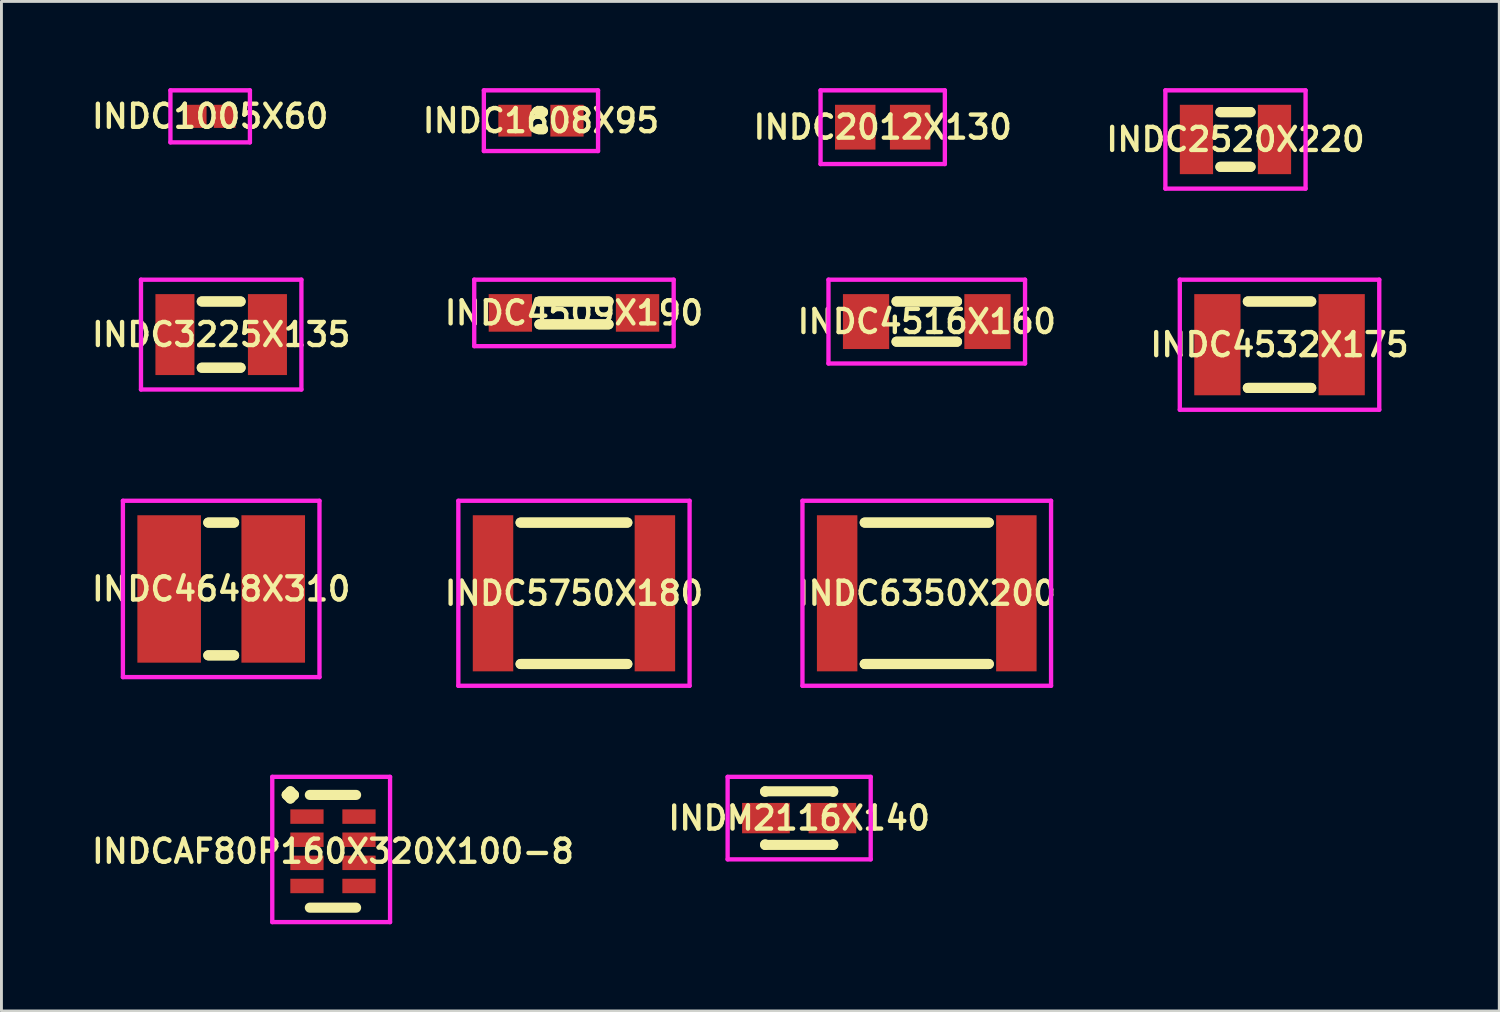
<source format=kicad_pcb>
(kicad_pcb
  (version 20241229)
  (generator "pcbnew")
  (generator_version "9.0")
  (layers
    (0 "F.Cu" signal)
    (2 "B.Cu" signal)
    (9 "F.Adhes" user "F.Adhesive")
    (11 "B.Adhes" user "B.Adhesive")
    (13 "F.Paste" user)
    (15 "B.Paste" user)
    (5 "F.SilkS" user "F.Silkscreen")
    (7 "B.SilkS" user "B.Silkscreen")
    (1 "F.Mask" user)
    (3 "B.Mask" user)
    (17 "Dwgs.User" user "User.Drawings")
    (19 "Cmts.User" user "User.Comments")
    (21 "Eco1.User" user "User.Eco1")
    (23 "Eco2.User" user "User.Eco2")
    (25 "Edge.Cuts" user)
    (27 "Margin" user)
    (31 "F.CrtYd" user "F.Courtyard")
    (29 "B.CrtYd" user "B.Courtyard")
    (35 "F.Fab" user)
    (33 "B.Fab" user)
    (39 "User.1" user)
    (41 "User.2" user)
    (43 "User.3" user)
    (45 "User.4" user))
  (footprint "INDC3225X135"
    (layer "F.Cu")
    (at 4.602 8.525)
    (property "Reference" "INDC3225X135" (at 0 0 0) (layer "F.SilkS") (effects (font (size 0.8 0.8) (thickness 0.15))))
    (attr smd)
    (fp_line (start -0.671 -1.146) (end 0.671 -1.146) (stroke (width 0.35) (type solid)) (layer "F.SilkS"))
    (fp_line (start -0.671 1.146) (end 0.671 1.146) (stroke (width 0.35) (type solid)) (layer "F.SilkS"))
    (fp_line (start 0.671 -1.146) (end -0.671 -1.146) (stroke (width 0.35) (type solid)) (layer "F.SilkS"))
    (fp_line (start 0.671 1.146) (end -0.671 1.146) (stroke (width 0.35) (type solid)) (layer "F.SilkS"))
    (fp_line (start -2.775 -1.9) (end 2.775 -1.9) (stroke (width 0.15) (type solid)) (layer "F.CrtYd"))
    (fp_line (start -2.775 1.9) (end -2.775 -1.9) (stroke (width 0.15) (type solid)) (layer "F.CrtYd"))
    (fp_line (start 2.775 -1.9) (end 2.775 1.9) (stroke (width 0.15) (type solid)) (layer "F.CrtYd"))
    (fp_line (start 2.775 1.9) (end -2.775 1.9) (stroke (width 0.15) (type solid)) (layer "F.CrtYd"))
    (pad "1" smd rect (at -1.6 0) (size 1.35 2.8) (layers "F.Cu" "F.Mask" "F.Paste"))
    (pad "2" smd rect (at 1.6 0) (size 1.35 2.8) (layers "F.Cu" "F.Mask" "F.Paste")))
  (footprint "INDC1005X60"
    (layer "F.Cu")
    (at 4.221 0.975)
    (property "Reference" "INDC1005X60" (at 0 0 0) (layer "F.SilkS") (effects (font (size 0.8 0.8) (thickness 0.15))))
    (attr smd)
    (fp_line (start -1.375 -0.9) (end 1.375 -0.9) (stroke (width 0.15) (type solid)) (layer "F.CrtYd"))
    (fp_line (start -1.375 0.9) (end -1.375 -0.9) (stroke (width 0.15) (type solid)) (layer "F.CrtYd"))
    (fp_line (start 1.375 -0.9) (end 1.375 0.9) (stroke (width 0.15) (type solid)) (layer "F.CrtYd"))
    (fp_line (start 1.375 0.9) (end -1.375 0.9) (stroke (width 0.15) (type solid)) (layer "F.CrtYd"))
    (pad "1" smd rect (at -0.5 0) (size 0.75 0.8) (layers "F.Cu" "F.Mask" "F.Paste"))
    (pad "2" smd rect (at 0.5 0) (size 0.75 0.8) (layers "F.Cu" "F.Mask" "F.Paste")))
  (footprint "INDC2012X130"
    (layer "F.Cu")
    (at 27.487 1.35)
    (property "Reference" "INDC2012X130" (at 0 0 0) (layer "F.SilkS") (effects (font (size 0.8 0.8) (thickness 0.15))))
    (attr smd)
    (fp_line (start -2.15 -1.275) (end 2.15 -1.275) (stroke (width 0.15) (type solid)) (layer "F.CrtYd"))
    (fp_line (start -2.15 1.275) (end -2.15 -1.275) (stroke (width 0.15) (type solid)) (layer "F.CrtYd"))
    (fp_line (start 2.15 -1.275) (end 2.15 1.275) (stroke (width 0.15) (type solid)) (layer "F.CrtYd"))
    (fp_line (start 2.15 1.275) (end -2.15 1.275) (stroke (width 0.15) (type solid)) (layer "F.CrtYd"))
    (pad "1" smd rect (at -0.95 0) (size 1.4 1.55) (layers "F.Cu" "F.Mask" "F.Paste"))
    (pad "2" smd rect (at 0.95 0) (size 1.4 1.55) (layers "F.Cu" "F.Mask" "F.Paste")))
  (footprint "INDC4648X310"
    (layer "F.Cu")
    (at 4.602 17.325)
    (property "Reference" "INDC4648X310" (at 0 0 0) (layer "F.SilkS") (effects (font (size 0.8 0.8) (thickness 0.15))))
    (attr smd)
    (fp_line (start -0.446 -2.296) (end 0.446 -2.296) (stroke (width 0.35) (type solid)) (layer "F.SilkS"))
    (fp_line (start -0.446 2.296) (end 0.446 2.296) (stroke (width 0.35) (type solid)) (layer "F.SilkS"))
    (fp_line (start 0.446 -2.296) (end -0.446 -2.296) (stroke (width 0.35) (type solid)) (layer "F.SilkS"))
    (fp_line (start 0.446 2.296) (end -0.446 2.296) (stroke (width 0.35) (type solid)) (layer "F.SilkS"))
    (fp_line (start -3.4 -3.05) (end 3.4 -3.05) (stroke (width 0.15) (type solid)) (layer "F.CrtYd"))
    (fp_line (start -3.4 3.05) (end -3.4 -3.05) (stroke (width 0.15) (type solid)) (layer "F.CrtYd"))
    (fp_line (start 3.4 -3.05) (end 3.4 3.05) (stroke (width 0.15) (type solid)) (layer "F.CrtYd"))
    (fp_line (start 3.4 3.05) (end -3.4 3.05) (stroke (width 0.15) (type solid)) (layer "F.CrtYd"))
    (pad "1" smd rect (at -1.8 0) (size 2.2 5.1) (layers "F.Cu" "F.Mask" "F.Paste"))
    (pad "2" smd rect (at 1.8 0) (size 2.2 5.1) (layers "F.Cu" "F.Mask" "F.Paste")))
  (footprint "INDC1608X95"
    (layer "F.Cu")
    (at 15.664 1.125)
    (property "Reference" "INDC1608X95" (at 0 0 0) (layer "F.SilkS") (effects (font (size 0.8 0.8) (thickness 0.15))))
    (attr smd)
    (fp_line (start -0.071 -0.296) (end 0.071 -0.296) (stroke (width 0.35) (type solid)) (layer "F.SilkS"))
    (fp_line (start -0.071 0.296) (end 0.071 0.296) (stroke (width 0.35) (type solid)) (layer "F.SilkS"))
    (fp_line (start 0.071 -0.296) (end -0.071 -0.296) (stroke (width 0.35) (type solid)) (layer "F.SilkS"))
    (fp_line (start 0.071 0.296) (end -0.071 0.296) (stroke (width 0.35) (type solid)) (layer "F.SilkS"))
    (fp_line (start -1.975 -1.05) (end 1.975 -1.05) (stroke (width 0.15) (type solid)) (layer "F.CrtYd"))
    (fp_line (start -1.975 1.05) (end -1.975 -1.05) (stroke (width 0.15) (type solid)) (layer "F.CrtYd"))
    (fp_line (start 1.975 -1.05) (end 1.975 1.05) (stroke (width 0.15) (type solid)) (layer "F.CrtYd"))
    (fp_line (start 1.975 1.05) (end -1.975 1.05) (stroke (width 0.15) (type solid)) (layer "F.CrtYd"))
    (pad "1" smd rect (at -0.9 0) (size 1.15 1.1) (layers "F.Cu" "F.Mask" "F.Paste"))
    (pad "2" smd rect (at 0.9 0) (size 1.15 1.1) (layers "F.Cu" "F.Mask" "F.Paste")))
  (footprint "INDC5750X180"
    (layer "F.Cu")
    (at 16.806 17.475)
    (property "Reference" "INDC5750X180" (at 0 0 0) (layer "F.SilkS") (effects (font (size 0.8 0.8) (thickness 0.15))))
    (attr smd)
    (fp_line (start -1.846 -2.446) (end 1.846 -2.446) (stroke (width 0.35) (type solid)) (layer "F.SilkS"))
    (fp_line (start -1.846 2.446) (end 1.846 2.446) (stroke (width 0.35) (type solid)) (layer "F.SilkS"))
    (fp_line (start 1.846 -2.446) (end -1.846 -2.446) (stroke (width 0.35) (type solid)) (layer "F.SilkS"))
    (fp_line (start 1.846 2.446) (end -1.846 2.446) (stroke (width 0.35) (type solid)) (layer "F.SilkS"))
    (fp_line (start -4 -3.2) (end 4 -3.2) (stroke (width 0.15) (type solid)) (layer "F.CrtYd"))
    (fp_line (start -4 3.2) (end -4 -3.2) (stroke (width 0.15) (type solid)) (layer "F.CrtYd"))
    (fp_line (start 4 -3.2) (end 4 3.2) (stroke (width 0.15) (type solid)) (layer "F.CrtYd"))
    (fp_line (start 4 3.2) (end -4 3.2) (stroke (width 0.15) (type solid)) (layer "F.CrtYd"))
    (pad "1" smd rect (at -2.8 0) (size 1.4 5.4) (layers "F.Cu" "F.Mask" "F.Paste"))
    (pad "2" smd rect (at 2.8 0) (size 1.4 5.4) (layers "F.Cu" "F.Mask" "F.Paste")))
  (footprint "INDC4516X160"
    (layer "F.Cu")
    (at 29.011 8.075)
    (property "Reference" "INDC4516X160" (at 0 0 0) (layer "F.SilkS") (effects (font (size 0.8 0.8) (thickness 0.15))))
    (attr smd)
    (fp_line (start -1.046 -0.696) (end 1.046 -0.696) (stroke (width 0.35) (type solid)) (layer "F.SilkS"))
    (fp_line (start -1.046 0.696) (end 1.046 0.696) (stroke (width 0.35) (type solid)) (layer "F.SilkS"))
    (fp_line (start 1.046 -0.696) (end -1.046 -0.696) (stroke (width 0.35) (type solid)) (layer "F.SilkS"))
    (fp_line (start 1.046 0.696) (end -1.046 0.696) (stroke (width 0.35) (type solid)) (layer "F.SilkS"))
    (fp_line (start -3.4 -1.45) (end 3.4 -1.45) (stroke (width 0.15) (type solid)) (layer "F.CrtYd"))
    (fp_line (start -3.4 1.45) (end -3.4 -1.45) (stroke (width 0.15) (type solid)) (layer "F.CrtYd"))
    (fp_line (start 3.4 -1.45) (end 3.4 1.45) (stroke (width 0.15) (type solid)) (layer "F.CrtYd"))
    (fp_line (start 3.4 1.45) (end -3.4 1.45) (stroke (width 0.15) (type solid)) (layer "F.CrtYd"))
    (pad "1" smd rect (at -2.1 0) (size 1.6 1.9) (layers "F.Cu" "F.Mask" "F.Paste"))
    (pad "2" smd rect (at 2.1 0) (size 1.6 1.9) (layers "F.Cu" "F.Mask" "F.Paste")))
  (footprint "INDC6350X200"
    (layer "F.Cu")
    (at 29.011 17.475)
    (property "Reference" "INDC6350X200" (at 0 0 0) (layer "F.SilkS") (effects (font (size 0.8 0.8) (thickness 0.15))))
    (attr smd)
    (fp_line (start -2.146 -2.446) (end 2.146 -2.446) (stroke (width 0.35) (type solid)) (layer "F.SilkS"))
    (fp_line (start -2.146 2.446) (end 2.146 2.446) (stroke (width 0.35) (type solid)) (layer "F.SilkS"))
    (fp_line (start 2.146 -2.446) (end -2.146 -2.446) (stroke (width 0.35) (type solid)) (layer "F.SilkS"))
    (fp_line (start 2.146 2.446) (end -2.146 2.446) (stroke (width 0.35) (type solid)) (layer "F.SilkS"))
    (fp_line (start -4.3 -3.2) (end 4.3 -3.2) (stroke (width 0.15) (type solid)) (layer "F.CrtYd"))
    (fp_line (start -4.3 3.2) (end -4.3 -3.2) (stroke (width 0.15) (type solid)) (layer "F.CrtYd"))
    (fp_line (start 4.3 -3.2) (end 4.3 3.2) (stroke (width 0.15) (type solid)) (layer "F.CrtYd"))
    (fp_line (start 4.3 3.2) (end -4.3 3.2) (stroke (width 0.15) (type solid)) (layer "F.CrtYd"))
    (pad "1" smd rect (at -3.1 0) (size 1.4 5.4) (layers "F.Cu" "F.Mask" "F.Paste"))
    (pad "2" smd rect (at 3.1 0) (size 1.4 5.4) (layers "F.Cu" "F.Mask" "F.Paste")))
  (footprint "INDC4532X175"
    (layer "F.Cu")
    (at 41.215 8.875)
    (property "Reference" "INDC4532X175" (at 0 0 0) (layer "F.SilkS") (effects (font (size 0.8 0.8) (thickness 0.15))))
    (attr smd)
    (fp_line (start -1.096 -1.496) (end 1.096 -1.496) (stroke (width 0.35) (type solid)) (layer "F.SilkS"))
    (fp_line (start -1.096 1.496) (end 1.096 1.496) (stroke (width 0.35) (type solid)) (layer "F.SilkS"))
    (fp_line (start 1.096 -1.496) (end -1.096 -1.496) (stroke (width 0.35) (type solid)) (layer "F.SilkS"))
    (fp_line (start 1.096 1.496) (end -1.096 1.496) (stroke (width 0.35) (type solid)) (layer "F.SilkS"))
    (fp_line (start -3.45 -2.25) (end 3.45 -2.25) (stroke (width 0.15) (type solid)) (layer "F.CrtYd"))
    (fp_line (start -3.45 2.25) (end -3.45 -2.25) (stroke (width 0.15) (type solid)) (layer "F.CrtYd"))
    (fp_line (start 3.45 -2.25) (end 3.45 2.25) (stroke (width 0.15) (type solid)) (layer "F.CrtYd"))
    (fp_line (start 3.45 2.25) (end -3.45 2.25) (stroke (width 0.15) (type solid)) (layer "F.CrtYd"))
    (pad "1" smd rect (at -2.15 0) (size 1.6 3.5) (layers "F.Cu" "F.Mask" "F.Paste"))
    (pad "2" smd rect (at 2.15 0) (size 1.6 3.5) (layers "F.Cu" "F.Mask" "F.Paste")))
  (footprint "INDC2520X220"
    (layer "F.Cu")
    (at 39.691 1.775)
    (property "Reference" "INDC2520X220" (at 0 0 0) (layer "F.SilkS") (effects (font (size 0.8 0.8) (thickness 0.15))))
    (attr smd)
    (fp_line (start -0.521 -0.946) (end 0.521 -0.946) (stroke (width 0.35) (type solid)) (layer "F.SilkS"))
    (fp_line (start -0.521 0.946) (end 0.521 0.946) (stroke (width 0.35) (type solid)) (layer "F.SilkS"))
    (fp_line (start 0.521 -0.946) (end -0.521 -0.946) (stroke (width 0.35) (type solid)) (layer "F.SilkS"))
    (fp_line (start 0.521 0.946) (end -0.521 0.946) (stroke (width 0.35) (type solid)) (layer "F.SilkS"))
    (fp_line (start -2.425 -1.7) (end 2.425 -1.7) (stroke (width 0.15) (type solid)) (layer "F.CrtYd"))
    (fp_line (start -2.425 1.7) (end -2.425 -1.7) (stroke (width 0.15) (type solid)) (layer "F.CrtYd"))
    (fp_line (start 2.425 -1.7) (end 2.425 1.7) (stroke (width 0.15) (type solid)) (layer "F.CrtYd"))
    (fp_line (start 2.425 1.7) (end -2.425 1.7) (stroke (width 0.15) (type solid)) (layer "F.CrtYd"))
    (pad "1" smd rect (at -1.35 0) (size 1.15 2.4) (layers "F.Cu" "F.Mask" "F.Paste"))
    (pad "2" smd rect (at 1.35 0) (size 1.15 2.4) (layers "F.Cu" "F.Mask" "F.Paste")))
  (footprint "INDCAF80P160X320X100-8"
    (layer "F.Cu")
    (at 8.469 26.4)
    (property "Reference" "INDCAF80P160X320X100-8" (at 0 0 0) (layer "F.SilkS") (effects (font (size 0.8 0.8) (thickness 0.15))))
    (attr smd)
    (fp_line (start -1.6 -1.95) (end -1.475 -2.075) (stroke (width 0.35) (type solid)) (layer "F.SilkS"))
    (fp_line (start -1.475 -2.075) (end -1.35 -1.95) (stroke (width 0.35) (type solid)) (layer "F.SilkS"))
    (fp_line (start -1.475 -1.825) (end -1.6 -1.95) (stroke (width 0.35) (type solid)) (layer "F.SilkS"))
    (fp_line (start -1.35 -1.95) (end -1.475 -1.825) (stroke (width 0.35) (type solid)) (layer "F.SilkS"))
    (fp_line (start -0.8 -1.95) (end 0.8 -1.95) (stroke (width 0.35) (type solid)) (layer "F.SilkS"))
    (fp_line (start -0.8 1.95) (end 0.8 1.95) (stroke (width 0.35) (type solid)) (layer "F.SilkS"))
    (fp_line (start -2.1 -2.575) (end 1.975 -2.575) (stroke (width 0.15) (type solid)) (layer "F.CrtYd"))
    (fp_line (start -2.1 2.45) (end -2.1 -2.575) (stroke (width 0.15) (type solid)) (layer "F.CrtYd"))
    (fp_line (start 1.975 -2.575) (end 1.975 2.45) (stroke (width 0.15) (type solid)) (layer "F.CrtYd"))
    (fp_line (start 1.975 2.45) (end -2.1 2.45) (stroke (width 0.15) (type solid)) (layer "F.CrtYd"))
    (pad "1" smd rect (at -0.9 -1.2) (size 1.15 0.5) (layers "F.Cu" "F.Mask" "F.Paste"))
    (pad "2" smd rect (at -0.9 -0.4) (size 1.15 0.5) (layers "F.Cu" "F.Mask" "F.Paste"))
    (pad "3" smd rect (at -0.9 0.4) (size 1.15 0.5) (layers "F.Cu" "F.Mask" "F.Paste"))
    (pad "4" smd rect (at -0.9 1.2) (size 1.15 0.5) (layers "F.Cu" "F.Mask" "F.Paste"))
    (pad "5" smd rect (at 0.9 1.2) (size 1.15 0.5) (layers "F.Cu" "F.Mask" "F.Paste"))
    (pad "6" smd rect (at 0.9 0.4) (size 1.15 0.5) (layers "F.Cu" "F.Mask" "F.Paste"))
    (pad "7" smd rect (at 0.9 -0.4) (size 1.15 0.5) (layers "F.Cu" "F.Mask" "F.Paste"))
    (pad "8" smd rect (at 0.9 -1.2) (size 1.15 0.5) (layers "F.Cu" "F.Mask" "F.Paste")))
  (footprint "INDC4509X190"
    (layer "F.Cu")
    (at 16.806 7.775)
    (property "Reference" "INDC4509X190" (at 0 0 0) (layer "F.SilkS") (effects (font (size 0.8 0.8) (thickness 0.15))))
    (attr smd)
    (fp_line (start -1.196 -0.396) (end 1.196 -0.396) (stroke (width 0.35) (type solid)) (layer "F.SilkS"))
    (fp_line (start -1.196 0.396) (end 1.196 0.396) (stroke (width 0.35) (type solid)) (layer "F.SilkS"))
    (fp_line (start 1.196 -0.396) (end -1.196 -0.396) (stroke (width 0.35) (type solid)) (layer "F.SilkS"))
    (fp_line (start 1.196 0.396) (end -1.196 0.396) (stroke (width 0.35) (type solid)) (layer "F.SilkS"))
    (fp_line (start -3.45 -1.15) (end 3.45 -1.15) (stroke (width 0.15) (type solid)) (layer "F.CrtYd"))
    (fp_line (start -3.45 1.15) (end -3.45 -1.15) (stroke (width 0.15) (type solid)) (layer "F.CrtYd"))
    (fp_line (start 3.45 -1.15) (end 3.45 1.15) (stroke (width 0.15) (type solid)) (layer "F.CrtYd"))
    (fp_line (start 3.45 1.15) (end -3.45 1.15) (stroke (width 0.15) (type solid)) (layer "F.CrtYd"))
    (pad "1" smd rect (at -2.2 0) (size 1.5 1.3) (layers "F.Cu" "F.Mask" "F.Paste"))
    (pad "2" smd rect (at 2.2 0) (size 1.5 1.3) (layers "F.Cu" "F.Mask" "F.Paste")))
  (footprint "INDM2116X140"
    (layer "F.Cu")
    (at 24.597 25.252)
    (property "Reference" "INDM2116X140" (at 0 0 0) (layer "F.SilkS") (effects (font (size 0.8 0.8) (thickness 0.15))))
    (attr smd)
    (fp_line (start -1.177 -0.927) (end 1.177 -0.927) (stroke (width 0.35) (type solid)) (layer "F.SilkS"))
    (fp_line (start -1.177 -0.906) (end -1.177 -0.927) (stroke (width 0.35) (type solid)) (layer "F.SilkS"))
    (fp_line (start -1.177 0.906) (end -1.177 0.927) (stroke (width 0.35) (type solid)) (layer "F.SilkS"))
    (fp_line (start -1.177 0.927) (end 1.177 0.927) (stroke (width 0.35) (type solid)) (layer "F.SilkS"))
    (fp_line (start 1.177 -0.927) (end 1.177 -0.906) (stroke (width 0.35) (type solid)) (layer "F.SilkS"))
    (fp_line (start 1.177 0.927) (end 1.177 0.906) (stroke (width 0.35) (type solid)) (layer "F.SilkS"))
    (fp_line (start -2.475 -1.427) (end 2.475 -1.427) (stroke (width 0.15) (type solid)) (layer "F.CrtYd"))
    (fp_line (start -2.475 1.427) (end -2.475 -1.427) (stroke (width 0.15) (type solid)) (layer "F.CrtYd"))
    (fp_line (start 2.475 -1.427) (end 2.475 1.427) (stroke (width 0.15) (type solid)) (layer "F.CrtYd"))
    (fp_line (start 2.475 1.427) (end -2.475 1.427) (stroke (width 0.15) (type solid)) (layer "F.CrtYd"))
    (pad "1" smd rect (at -1.15 0) (size 1.65 1.05) (layers "F.Cu" "F.Mask" "F.Paste"))
    (pad "2" smd rect (at 1.15 0) (size 1.65 1.05) (layers "F.Cu" "F.Mask" "F.Paste")))
  (gr_rect
    (start -3 -3)
    (end 48.817 31.925)
    (stroke (width 0.1) (type default))
    (fill no)
    (layer "Edge.Cuts")))
</source>
